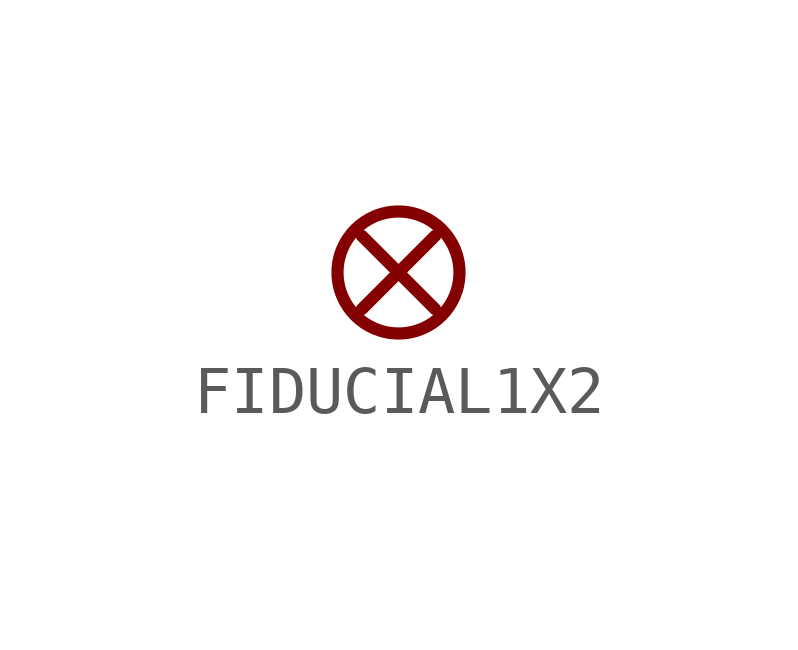
<source format=kicad_sym>
(kicad_symbol_lib
  (version 20241209)
  (generator "kicad_symbol_editor")
  (generator_version "9.0")
  (symbol "FIDUCIAL1X2"
    (property "Reference" "FD"
      (at 0 0 0)
      (effects (font (size 1.27 1.27)) (hide yes)))
    (property "ki_locked" ""
      (at 0 0 0)
      (effects (font (size 1.27 1.27))))
    (symbol "FIDUCIAL1X2_1_0"
      (polyline (pts (xy -0.762 0.762) (xy 0.762 -0.762)) (stroke (width 0.254) (type solid)) (fill (type none)))
      (circle (center 0 0) (radius 1.27) (stroke (width 0.254) (type solid)) (fill (type none)))
      (polyline (pts (xy 0.762 0.762) (xy -0.762 -0.762)) (stroke (width 0.254) (type solid)) (fill (type none))))))
</source>
